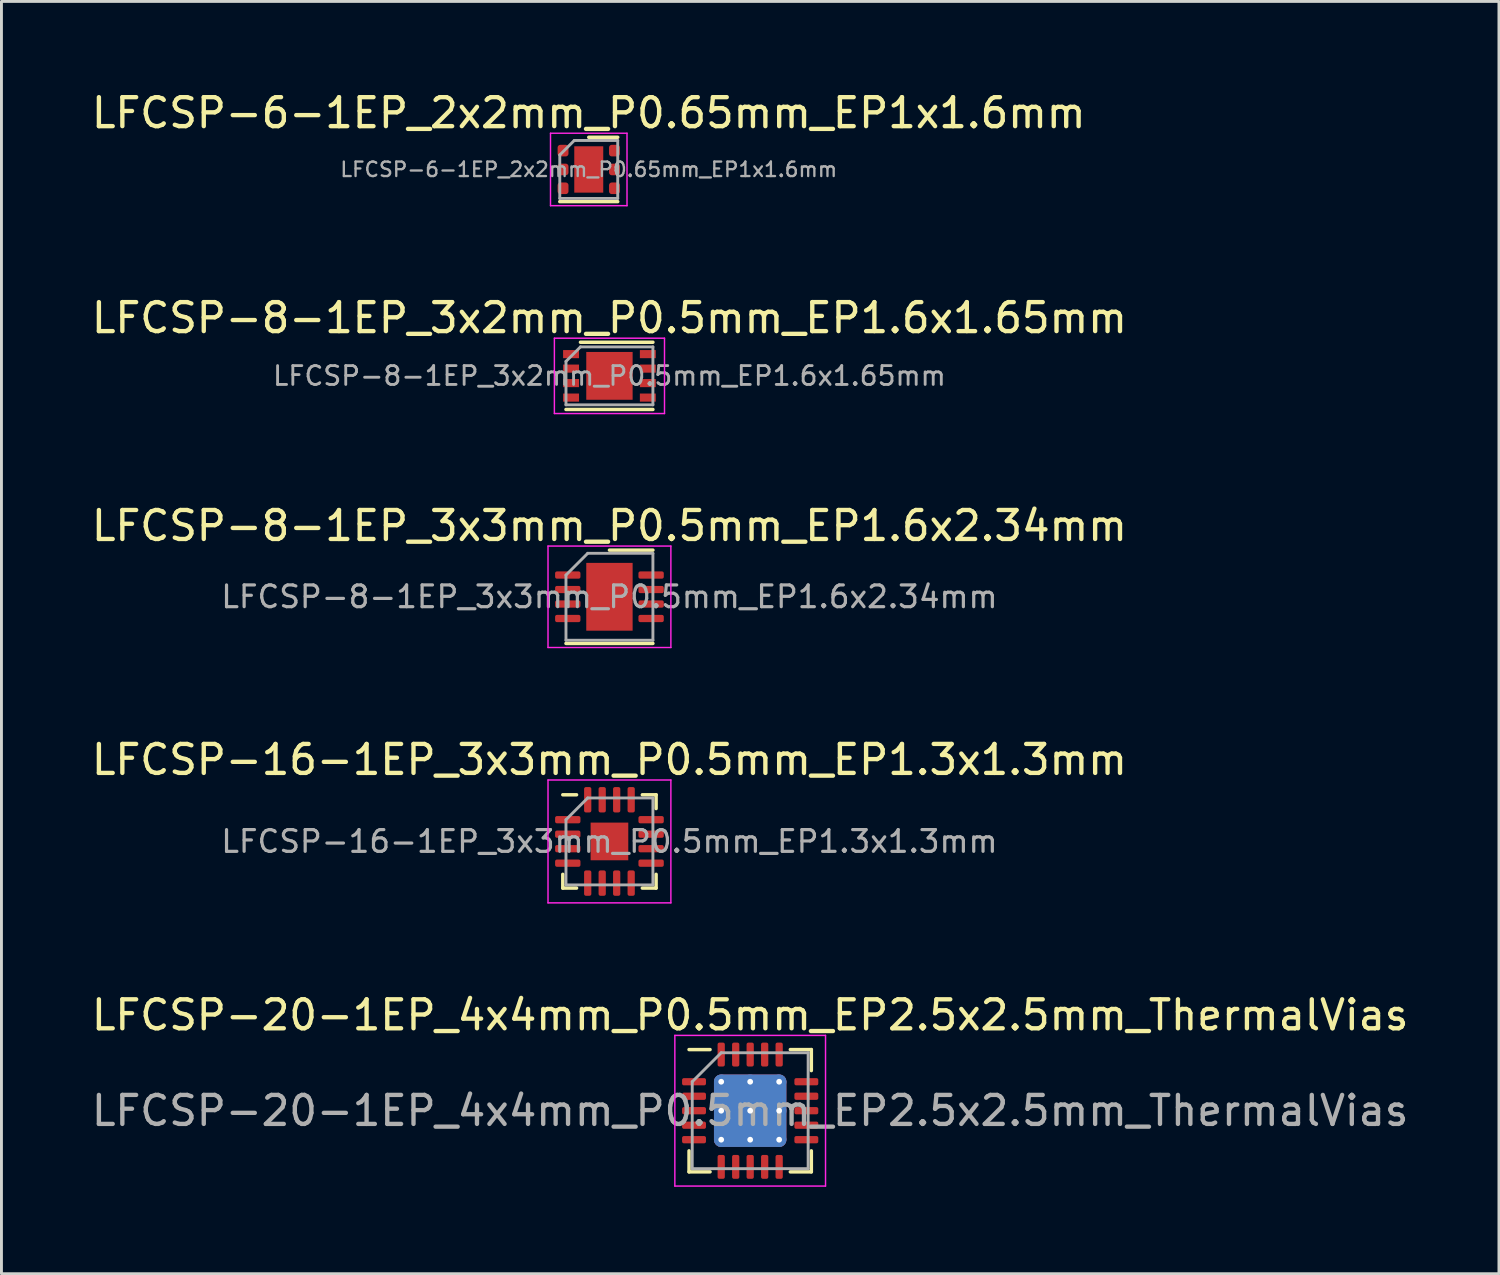
<source format=kicad_pcb>
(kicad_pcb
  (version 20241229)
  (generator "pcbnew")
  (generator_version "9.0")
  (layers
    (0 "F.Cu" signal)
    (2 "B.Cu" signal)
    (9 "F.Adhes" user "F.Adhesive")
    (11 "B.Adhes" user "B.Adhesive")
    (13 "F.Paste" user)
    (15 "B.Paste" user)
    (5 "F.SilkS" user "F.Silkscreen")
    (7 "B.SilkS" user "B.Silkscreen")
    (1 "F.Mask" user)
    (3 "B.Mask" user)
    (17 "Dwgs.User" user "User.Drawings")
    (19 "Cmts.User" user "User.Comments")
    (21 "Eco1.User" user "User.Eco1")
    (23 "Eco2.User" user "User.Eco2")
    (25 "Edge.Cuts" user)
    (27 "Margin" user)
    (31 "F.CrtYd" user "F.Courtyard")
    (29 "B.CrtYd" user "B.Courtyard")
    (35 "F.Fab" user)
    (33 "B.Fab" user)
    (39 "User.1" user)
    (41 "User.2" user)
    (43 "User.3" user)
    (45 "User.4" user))
  (footprint "LFCSP-8-1EP_3x2mm_P0.5mm_EP1.6x1.65mm"
    (layer "F.Cu")
    (at 17.982 9.921)
    (property "Reference" "LFCSP-8-1EP_3x2mm_P0.5mm_EP1.6x1.65mm" (at 0 -2 0) (layer "F.SilkS") (effects (font (size 1 1) (thickness 0.15))))
    (attr smd)
    (fp_line (start -1 -1.16) (end 1.5 -1.16) (stroke (width 0.12) (type solid)) (layer "F.SilkS"))
    (fp_line (start 1.5 1.16) (end -1.5 1.16) (stroke (width 0.12) (type solid)) (layer "F.SilkS"))
    (fp_line (start -1.9 -1.3) (end 1.9 -1.3) (stroke (width 0.05) (type solid)) (layer "F.CrtYd"))
    (fp_line (start -1.9 1.3) (end -1.9 -1.3) (stroke (width 0.05) (type solid)) (layer "F.CrtYd"))
    (fp_line (start 1.9 -1.3) (end 1.9 1.3) (stroke (width 0.05) (type solid)) (layer "F.CrtYd"))
    (fp_line (start 1.9 1.3) (end -1.9 1.3) (stroke (width 0.05) (type solid)) (layer "F.CrtYd"))
    (fp_line (start -1.5 -0.5) (end -1.5 1) (stroke (width 0.1) (type solid)) (layer "F.Fab"))
    (fp_line (start -1 -1) (end -1.5 -0.5) (stroke (width 0.1) (type solid)) (layer "F.Fab"))
    (fp_line (start -1 -1) (end 1.5 -1) (stroke (width 0.1) (type solid)) (layer "F.Fab"))
    (fp_line (start 1.5 1) (end -1.5 1) (stroke (width 0.1) (type solid)) (layer "F.Fab"))
    (fp_line (start 1.5 1) (end 1.5 -1) (stroke (width 0.1) (type solid)) (layer "F.Fab"))
    (fp_text user "${REFERENCE}" (at 0 0 180) (layer "F.Fab") (effects (font (size 0.65 0.65) (thickness 0.098))))
    (pad "1" smd rect (at -1.325 -0.75) (size 0.55 0.28) (layers "F.Cu" "F.Mask" "F.Paste"))
    (pad "2" smd rect (at -1.325 -0.25) (size 0.55 0.28) (layers "F.Cu" "F.Mask" "F.Paste"))
    (pad "3" smd rect (at -1.325 0.25) (size 0.55 0.28) (layers "F.Cu" "F.Mask" "F.Paste"))
    (pad "4" smd rect (at -1.325 0.75) (size 0.55 0.28) (layers "F.Cu" "F.Mask" "F.Paste"))
    (pad "5" smd rect (at 1.325 0.75) (size 0.55 0.28) (layers "F.Cu" "F.Mask" "F.Paste"))
    (pad "6" smd rect (at 1.325 0.25) (size 0.55 0.28) (layers "F.Cu" "F.Mask" "F.Paste"))
    (pad "7" smd rect (at 1.325 -0.25) (size 0.55 0.28) (layers "F.Cu" "F.Mask" "F.Paste"))
    (pad "8" smd rect (at 1.325 -0.75) (size 0.55 0.28) (layers "F.Cu" "F.Mask" "F.Paste"))
    (pad "9" smd rect (at 0 0) (size 1.6 1.65) (layers "F.Cu" "F.Mask" "F.Paste")))
  (footprint "LFCSP-8-1EP_3x3mm_P0.5mm_EP1.6x2.34mm"
    (layer "F.Cu")
    (at 17.982 17.545)
    (property "Reference" "LFCSP-8-1EP_3x3mm_P0.5mm_EP1.6x2.34mm" (at 0 -2.45 0) (layer "F.SilkS") (effects (font (size 1 1) (thickness 0.15))))
    (attr smd)
    (fp_line (start -1.5 1.61) (end 1.5 1.61) (stroke (width 0.12) (type solid)) (layer "F.SilkS"))
    (fp_line (start 0 -1.61) (end 1.5 -1.61) (stroke (width 0.12) (type solid)) (layer "F.SilkS"))
    (fp_line (start -2.12 -1.75) (end -2.12 1.75) (stroke (width 0.05) (type solid)) (layer "F.CrtYd"))
    (fp_line (start -2.12 1.75) (end 2.12 1.75) (stroke (width 0.05) (type solid)) (layer "F.CrtYd"))
    (fp_line (start 2.12 -1.75) (end -2.12 -1.75) (stroke (width 0.05) (type solid)) (layer "F.CrtYd"))
    (fp_line (start 2.12 1.75) (end 2.12 -1.75) (stroke (width 0.05) (type solid)) (layer "F.CrtYd"))
    (fp_line (start -1.5 -0.75) (end -0.75 -1.5) (stroke (width 0.1) (type solid)) (layer "F.Fab"))
    (fp_line (start -1.5 1.5) (end -1.5 -0.75) (stroke (width 0.1) (type solid)) (layer "F.Fab"))
    (fp_line (start -0.75 -1.5) (end 1.5 -1.5) (stroke (width 0.1) (type solid)) (layer "F.Fab"))
    (fp_line (start 1.5 -1.5) (end 1.5 1.5) (stroke (width 0.1) (type solid)) (layer "F.Fab"))
    (fp_line (start 1.5 1.5) (end -1.5 1.5) (stroke (width 0.1) (type solid)) (layer "F.Fab"))
    (fp_text user "${REFERENCE}" (at 0 0 0) (layer "F.Fab") (effects (font (size 0.75 0.75) (thickness 0.11))))
    (pad "" smd roundrect (at -0.4 -0.585) (size 0.64 0.94) (layers "F.Paste") (roundrect_rratio 0.25))
    (pad "" smd roundrect (at -0.4 0.585) (size 0.64 0.94) (layers "F.Paste") (roundrect_rratio 0.25))
    (pad "" smd roundrect (at 0.4 -0.585) (size 0.64 0.94) (layers "F.Paste") (roundrect_rratio 0.25))
    (pad "" smd roundrect (at 0.4 0.585) (size 0.64 0.94) (layers "F.Paste") (roundrect_rratio 0.25))
    (pad "1" smd roundrect (at -1.438 -0.75) (size 0.875 0.25) (layers "F.Cu" "F.Mask" "F.Paste") (roundrect_rratio 0.25))
    (pad "2" smd roundrect (at -1.438 -0.25) (size 0.875 0.25) (layers "F.Cu" "F.Mask" "F.Paste") (roundrect_rratio 0.25))
    (pad "3" smd roundrect (at -1.438 0.25) (size 0.875 0.25) (layers "F.Cu" "F.Mask" "F.Paste") (roundrect_rratio 0.25))
    (pad "4" smd roundrect (at -1.438 0.75) (size 0.875 0.25) (layers "F.Cu" "F.Mask" "F.Paste") (roundrect_rratio 0.25))
    (pad "5" smd roundrect (at 1.438 0.75) (size 0.875 0.25) (layers "F.Cu" "F.Mask" "F.Paste") (roundrect_rratio 0.25))
    (pad "6" smd roundrect (at 1.438 0.25) (size 0.875 0.25) (layers "F.Cu" "F.Mask" "F.Paste") (roundrect_rratio 0.25))
    (pad "7" smd roundrect (at 1.438 -0.25) (size 0.875 0.25) (layers "F.Cu" "F.Mask" "F.Paste") (roundrect_rratio 0.25))
    (pad "8" smd roundrect (at 1.438 -0.75) (size 0.875 0.25) (layers "F.Cu" "F.Mask" "F.Paste") (roundrect_rratio 0.25))
    (pad "9" smd rect (at 0 0) (size 1.6 2.34) (layers "F.Cu" "F.Mask")))
  (footprint "LFCSP-16-1EP_3x3mm_P0.5mm_EP1.3x1.3mm"
    (layer "F.Cu")
    (at 17.982 25.988)
    (property "Reference" "LFCSP-16-1EP_3x3mm_P0.5mm_EP1.3x1.3mm" (at 0 -2.82 0) (layer "F.SilkS") (effects (font (size 1 1) (thickness 0.15))))
    (attr smd)
    (fp_line (start -1.61 1.61) (end -1.61 1.135) (stroke (width 0.12) (type solid)) (layer "F.SilkS"))
    (fp_line (start -1.135 -1.61) (end -1.61 -1.61) (stroke (width 0.12) (type solid)) (layer "F.SilkS"))
    (fp_line (start -1.135 1.61) (end -1.61 1.61) (stroke (width 0.12) (type solid)) (layer "F.SilkS"))
    (fp_line (start 1.135 -1.61) (end 1.61 -1.61) (stroke (width 0.12) (type solid)) (layer "F.SilkS"))
    (fp_line (start 1.135 1.61) (end 1.61 1.61) (stroke (width 0.12) (type solid)) (layer "F.SilkS"))
    (fp_line (start 1.61 -1.61) (end 1.61 -1.135) (stroke (width 0.12) (type solid)) (layer "F.SilkS"))
    (fp_line (start 1.61 1.61) (end 1.61 1.135) (stroke (width 0.12) (type solid)) (layer "F.SilkS"))
    (fp_line (start -2.12 -2.12) (end -2.12 2.12) (stroke (width 0.05) (type solid)) (layer "F.CrtYd"))
    (fp_line (start -2.12 2.12) (end 2.12 2.12) (stroke (width 0.05) (type solid)) (layer "F.CrtYd"))
    (fp_line (start 2.12 -2.12) (end -2.12 -2.12) (stroke (width 0.05) (type solid)) (layer "F.CrtYd"))
    (fp_line (start 2.12 2.12) (end 2.12 -2.12) (stroke (width 0.05) (type solid)) (layer "F.CrtYd"))
    (fp_line (start -1.5 -0.75) (end -0.75 -1.5) (stroke (width 0.1) (type solid)) (layer "F.Fab"))
    (fp_line (start -1.5 1.5) (end -1.5 -0.75) (stroke (width 0.1) (type solid)) (layer "F.Fab"))
    (fp_line (start -0.75 -1.5) (end 1.5 -1.5) (stroke (width 0.1) (type solid)) (layer "F.Fab"))
    (fp_line (start 1.5 -1.5) (end 1.5 1.5) (stroke (width 0.1) (type solid)) (layer "F.Fab"))
    (fp_line (start 1.5 1.5) (end -1.5 1.5) (stroke (width 0.1) (type solid)) (layer "F.Fab"))
    (fp_text user "${REFERENCE}" (at 0 0 0) (layer "F.Fab") (effects (font (size 0.75 0.75) (thickness 0.11))))
    (pad "" smd roundrect (at -0.325 -0.325) (size 0.52 0.52) (layers "F.Paste") (roundrect_rratio 0.25))
    (pad "" smd roundrect (at -0.325 0.325) (size 0.52 0.52) (layers "F.Paste") (roundrect_rratio 0.25))
    (pad "" smd roundrect (at 0.325 -0.325) (size 0.52 0.52) (layers "F.Paste") (roundrect_rratio 0.25))
    (pad "" smd roundrect (at 0.325 0.325) (size 0.52 0.52) (layers "F.Paste") (roundrect_rratio 0.25))
    (pad "1" smd roundrect (at -1.438 -0.75) (size 0.875 0.25) (layers "F.Cu" "F.Mask" "F.Paste") (roundrect_rratio 0.25))
    (pad "2" smd roundrect (at -1.438 -0.25) (size 0.875 0.25) (layers "F.Cu" "F.Mask" "F.Paste") (roundrect_rratio 0.25))
    (pad "3" smd roundrect (at -1.438 0.25) (size 0.875 0.25) (layers "F.Cu" "F.Mask" "F.Paste") (roundrect_rratio 0.25))
    (pad "4" smd roundrect (at -1.438 0.75) (size 0.875 0.25) (layers "F.Cu" "F.Mask" "F.Paste") (roundrect_rratio 0.25))
    (pad "5" smd roundrect (at -0.75 1.438) (size 0.25 0.875) (layers "F.Cu" "F.Mask" "F.Paste") (roundrect_rratio 0.25))
    (pad "6" smd roundrect (at -0.25 1.438) (size 0.25 0.875) (layers "F.Cu" "F.Mask" "F.Paste") (roundrect_rratio 0.25))
    (pad "7" smd roundrect (at 0.25 1.438) (size 0.25 0.875) (layers "F.Cu" "F.Mask" "F.Paste") (roundrect_rratio 0.25))
    (pad "8" smd roundrect (at 0.75 1.438) (size 0.25 0.875) (layers "F.Cu" "F.Mask" "F.Paste") (roundrect_rratio 0.25))
    (pad "9" smd roundrect (at 1.438 0.75) (size 0.875 0.25) (layers "F.Cu" "F.Mask" "F.Paste") (roundrect_rratio 0.25))
    (pad "10" smd roundrect (at 1.438 0.25) (size 0.875 0.25) (layers "F.Cu" "F.Mask" "F.Paste") (roundrect_rratio 0.25))
    (pad "11" smd roundrect (at 1.438 -0.25) (size 0.875 0.25) (layers "F.Cu" "F.Mask" "F.Paste") (roundrect_rratio 0.25))
    (pad "12" smd roundrect (at 1.438 -0.75) (size 0.875 0.25) (layers "F.Cu" "F.Mask" "F.Paste") (roundrect_rratio 0.25))
    (pad "13" smd roundrect (at 0.75 -1.438) (size 0.25 0.875) (layers "F.Cu" "F.Mask" "F.Paste") (roundrect_rratio 0.25))
    (pad "14" smd roundrect (at 0.25 -1.438) (size 0.25 0.875) (layers "F.Cu" "F.Mask" "F.Paste") (roundrect_rratio 0.25))
    (pad "15" smd roundrect (at -0.25 -1.438) (size 0.25 0.875) (layers "F.Cu" "F.Mask" "F.Paste") (roundrect_rratio 0.25))
    (pad "16" smd roundrect (at -0.75 -1.438) (size 0.25 0.875) (layers "F.Cu" "F.Mask" "F.Paste") (roundrect_rratio 0.25))
    (pad "17" smd rect (at 0 0) (size 1.3 1.3) (layers "F.Cu" "F.Mask")))
  (footprint "LFCSP-20-1EP_4x4mm_P0.5mm_EP2.5x2.5mm_ThermalVias"
    (layer "F.Cu")
    (at 22.839 35.281)
    (property "Reference" "LFCSP-20-1EP_4x4mm_P0.5mm_EP2.5x2.5mm_ThermalVias" (at 0 -3.3 0) (layer "F.SilkS") (effects (font (size 1 1) (thickness 0.15))))
    (attr smd)
    (fp_line (start -2.11 2.11) (end -2.11 1.385) (stroke (width 0.12) (type solid)) (layer "F.SilkS"))
    (fp_line (start -1.385 -2.11) (end -2.11 -2.11) (stroke (width 0.12) (type solid)) (layer "F.SilkS"))
    (fp_line (start -1.385 2.11) (end -2.11 2.11) (stroke (width 0.12) (type solid)) (layer "F.SilkS"))
    (fp_line (start 1.385 -2.11) (end 2.11 -2.11) (stroke (width 0.12) (type solid)) (layer "F.SilkS"))
    (fp_line (start 1.385 2.11) (end 2.11 2.11) (stroke (width 0.12) (type solid)) (layer "F.SilkS"))
    (fp_line (start 2.11 -2.11) (end 2.11 -1.385) (stroke (width 0.12) (type solid)) (layer "F.SilkS"))
    (fp_line (start 2.11 2.11) (end 2.11 1.385) (stroke (width 0.12) (type solid)) (layer "F.SilkS"))
    (fp_line (start -2.6 -2.6) (end -2.6 2.6) (stroke (width 0.05) (type solid)) (layer "F.CrtYd"))
    (fp_line (start -2.6 2.6) (end 2.6 2.6) (stroke (width 0.05) (type solid)) (layer "F.CrtYd"))
    (fp_line (start 2.6 -2.6) (end -2.6 -2.6) (stroke (width 0.05) (type solid)) (layer "F.CrtYd"))
    (fp_line (start 2.6 2.6) (end 2.6 -2.6) (stroke (width 0.05) (type solid)) (layer "F.CrtYd"))
    (fp_line (start -2 -1) (end -1 -2) (stroke (width 0.1) (type solid)) (layer "F.Fab"))
    (fp_line (start -2 2) (end -2 -1) (stroke (width 0.1) (type solid)) (layer "F.Fab"))
    (fp_line (start -1 -2) (end 2 -2) (stroke (width 0.1) (type solid)) (layer "F.Fab"))
    (fp_line (start 2 -2) (end 2 2) (stroke (width 0.1) (type solid)) (layer "F.Fab"))
    (fp_line (start 2 2) (end -2 2) (stroke (width 0.1) (type solid)) (layer "F.Fab"))
    (fp_text user "${REFERENCE}" (at 0 0 0) (layer "F.Fab") (effects (font (size 1 1) (thickness 0.15))))
    (pad "" smd roundrect (at -0.625 -0.625) (size 1.08 1.08) (layers "F.Paste") (roundrect_rratio 0.231))
    (pad "" smd roundrect (at -0.625 0.625) (size 1.08 1.08) (layers "F.Paste") (roundrect_rratio 0.231))
    (pad "" smd roundrect (at 0.625 -0.625) (size 1.08 1.08) (layers "F.Paste") (roundrect_rratio 0.231))
    (pad "" smd roundrect (at 0.625 0.625) (size 1.08 1.08) (layers "F.Paste") (roundrect_rratio 0.231))
    (pad "1" smd roundrect (at -1.938 -1) (size 0.825 0.25) (layers "F.Cu" "F.Mask" "F.Paste") (roundrect_rratio 0.25))
    (pad "2" smd roundrect (at -1.938 -0.5) (size 0.825 0.25) (layers "F.Cu" "F.Mask" "F.Paste") (roundrect_rratio 0.25))
    (pad "3" smd roundrect (at -1.938 0) (size 0.825 0.25) (layers "F.Cu" "F.Mask" "F.Paste") (roundrect_rratio 0.25))
    (pad "4" smd roundrect (at -1.938 0.5) (size 0.825 0.25) (layers "F.Cu" "F.Mask" "F.Paste") (roundrect_rratio 0.25))
    (pad "5" smd roundrect (at -1.938 1) (size 0.825 0.25) (layers "F.Cu" "F.Mask" "F.Paste") (roundrect_rratio 0.25))
    (pad "6" smd roundrect (at -1 1.938) (size 0.25 0.825) (layers "F.Cu" "F.Mask" "F.Paste") (roundrect_rratio 0.25))
    (pad "7" smd roundrect (at -0.5 1.938) (size 0.25 0.825) (layers "F.Cu" "F.Mask" "F.Paste") (roundrect_rratio 0.25))
    (pad "8" smd roundrect (at 0 1.938) (size 0.25 0.825) (layers "F.Cu" "F.Mask" "F.Paste") (roundrect_rratio 0.25))
    (pad "9" smd roundrect (at 0.5 1.938) (size 0.25 0.825) (layers "F.Cu" "F.Mask" "F.Paste") (roundrect_rratio 0.25))
    (pad "10" smd roundrect (at 1 1.938) (size 0.25 0.825) (layers "F.Cu" "F.Mask" "F.Paste") (roundrect_rratio 0.25))
    (pad "11" smd roundrect (at 1.938 1) (size 0.825 0.25) (layers "F.Cu" "F.Mask" "F.Paste") (roundrect_rratio 0.25))
    (pad "12" smd roundrect (at 1.938 0.5) (size 0.825 0.25) (layers "F.Cu" "F.Mask" "F.Paste") (roundrect_rratio 0.25))
    (pad "13" smd roundrect (at 1.938 0) (size 0.825 0.25) (layers "F.Cu" "F.Mask" "F.Paste") (roundrect_rratio 0.25))
    (pad "14" smd roundrect (at 1.938 -0.5) (size 0.825 0.25) (layers "F.Cu" "F.Mask" "F.Paste") (roundrect_rratio 0.25))
    (pad "15" smd roundrect (at 1.938 -1) (size 0.825 0.25) (layers "F.Cu" "F.Mask" "F.Paste") (roundrect_rratio 0.25))
    (pad "16" smd roundrect (at 1 -1.938) (size 0.25 0.825) (layers "F.Cu" "F.Mask" "F.Paste") (roundrect_rratio 0.25))
    (pad "17" smd roundrect (at 0.5 -1.938) (size 0.25 0.825) (layers "F.Cu" "F.Mask" "F.Paste") (roundrect_rratio 0.25))
    (pad "18" smd roundrect (at 0 -1.938) (size 0.25 0.825) (layers "F.Cu" "F.Mask" "F.Paste") (roundrect_rratio 0.25))
    (pad "19" smd roundrect (at -0.5 -1.938) (size 0.25 0.825) (layers "F.Cu" "F.Mask" "F.Paste") (roundrect_rratio 0.25))
    (pad "20" smd roundrect (at -1 -1.938) (size 0.25 0.825) (layers "F.Cu" "F.Mask" "F.Paste") (roundrect_rratio 0.25))
    (pad "21" thru_hole circle (at -1 -1) (size 0.5 0.5) (drill 0.2) (layers "*.Cu"))
    (pad "21" thru_hole circle (at -1 0) (size 0.5 0.5) (drill 0.2) (layers "*.Cu"))
    (pad "21" thru_hole circle (at -1 1) (size 0.5 0.5) (drill 0.2) (layers "*.Cu"))
    (pad "21" thru_hole circle (at 0 -1) (size 0.5 0.5) (drill 0.2) (layers "*.Cu"))
    (pad "21" thru_hole circle (at 0 0) (size 0.5 0.5) (drill 0.2) (layers "*.Cu"))
    (pad "21" smd roundrect (at 0 0) (size 2.5 2.5) (layers "F.Cu" "F.Mask") (roundrect_rratio 0.1))
    (pad "21" smd roundrect (at 0 0) (size 2.5 2.5) (layers "B.Cu") (roundrect_rratio 0.1))
    (pad "21" thru_hole circle (at 0 1) (size 0.5 0.5) (drill 0.2) (layers "*.Cu"))
    (pad "21" thru_hole circle (at 1 -1) (size 0.5 0.5) (drill 0.2) (layers "*.Cu"))
    (pad "21" thru_hole circle (at 1 0) (size 0.5 0.5) (drill 0.2) (layers "*.Cu"))
    (pad "21" thru_hole circle (at 1 1) (size 0.5 0.5) (drill 0.2) (layers "*.Cu")))
  (footprint "LFCSP-6-1EP_2x2mm_P0.65mm_EP1x1.6mm"
    (layer "F.Cu")
    (at 17.268 2.798)
    (property "Reference" "LFCSP-6-1EP_2x2mm_P0.65mm_EP1x1.6mm" (at 0 -1.95 0) (layer "F.SilkS") (effects (font (size 1 1) (thickness 0.15))))
    (attr smd)
    (fp_line (start -1 1.11) (end 1 1.11) (stroke (width 0.12) (type solid)) (layer "F.SilkS"))
    (fp_line (start 0 -1.11) (end 1 -1.11) (stroke (width 0.12) (type solid)) (layer "F.SilkS"))
    (fp_line (start -1.32 -1.25) (end -1.32 1.25) (stroke (width 0.05) (type solid)) (layer "F.CrtYd"))
    (fp_line (start -1.32 1.25) (end 1.32 1.25) (stroke (width 0.05) (type solid)) (layer "F.CrtYd"))
    (fp_line (start 1.32 -1.25) (end -1.32 -1.25) (stroke (width 0.05) (type solid)) (layer "F.CrtYd"))
    (fp_line (start 1.32 1.25) (end 1.32 -1.25) (stroke (width 0.05) (type solid)) (layer "F.CrtYd"))
    (fp_line (start -1 -0.5) (end -0.5 -1) (stroke (width 0.1) (type solid)) (layer "F.Fab"))
    (fp_line (start -1 1) (end -1 -0.5) (stroke (width 0.1) (type solid)) (layer "F.Fab"))
    (fp_line (start -0.5 -1) (end 1 -1) (stroke (width 0.1) (type solid)) (layer "F.Fab"))
    (fp_line (start 1 -1) (end 1 1) (stroke (width 0.1) (type solid)) (layer "F.Fab"))
    (fp_line (start 1 1) (end -1 1) (stroke (width 0.1) (type solid)) (layer "F.Fab"))
    (fp_text user "${REFERENCE}" (at 0 0 0) (layer "F.Fab") (effects (font (size 0.5 0.5) (thickness 0.08))))
    (pad "" smd roundrect (at -0.25 -0.4) (size 0.4 0.64) (layers "F.Paste") (roundrect_rratio 0.25))
    (pad "" smd roundrect (at -0.25 0.4) (size 0.4 0.64) (layers "F.Paste") (roundrect_rratio 0.25))
    (pad "" smd roundrect (at 0.25 -0.4) (size 0.4 0.64) (layers "F.Paste") (roundrect_rratio 0.25))
    (pad "" smd roundrect (at 0.25 0.4) (size 0.4 0.64) (layers "F.Paste") (roundrect_rratio 0.25))
    (pad "1" smd roundrect (at -0.887 -0.65) (size 0.375 0.4) (layers "F.Cu" "F.Mask" "F.Paste") (roundrect_rratio 0.25))
    (pad "2" smd roundrect (at -0.887 0) (size 0.375 0.4) (layers "F.Cu" "F.Mask" "F.Paste") (roundrect_rratio 0.25))
    (pad "3" smd roundrect (at -0.887 0.65) (size 0.375 0.4) (layers "F.Cu" "F.Mask" "F.Paste") (roundrect_rratio 0.25))
    (pad "4" smd roundrect (at 0.887 0.65) (size 0.375 0.4) (layers "F.Cu" "F.Mask" "F.Paste") (roundrect_rratio 0.25))
    (pad "5" smd roundrect (at 0.887 0) (size 0.375 0.4) (layers "F.Cu" "F.Mask" "F.Paste") (roundrect_rratio 0.25))
    (pad "6" smd roundrect (at 0.887 -0.65) (size 0.375 0.4) (layers "F.Cu" "F.Mask" "F.Paste") (roundrect_rratio 0.25))
    (pad "7" smd rect (at 0 0) (size 1 1.6) (layers "F.Cu" "F.Mask")))
  (gr_rect
    (start -3 -3)
    (end 48.679 40.906)
    (stroke (width 0.1) (type default))
    (fill no)
    (layer "Edge.Cuts")))
</source>
